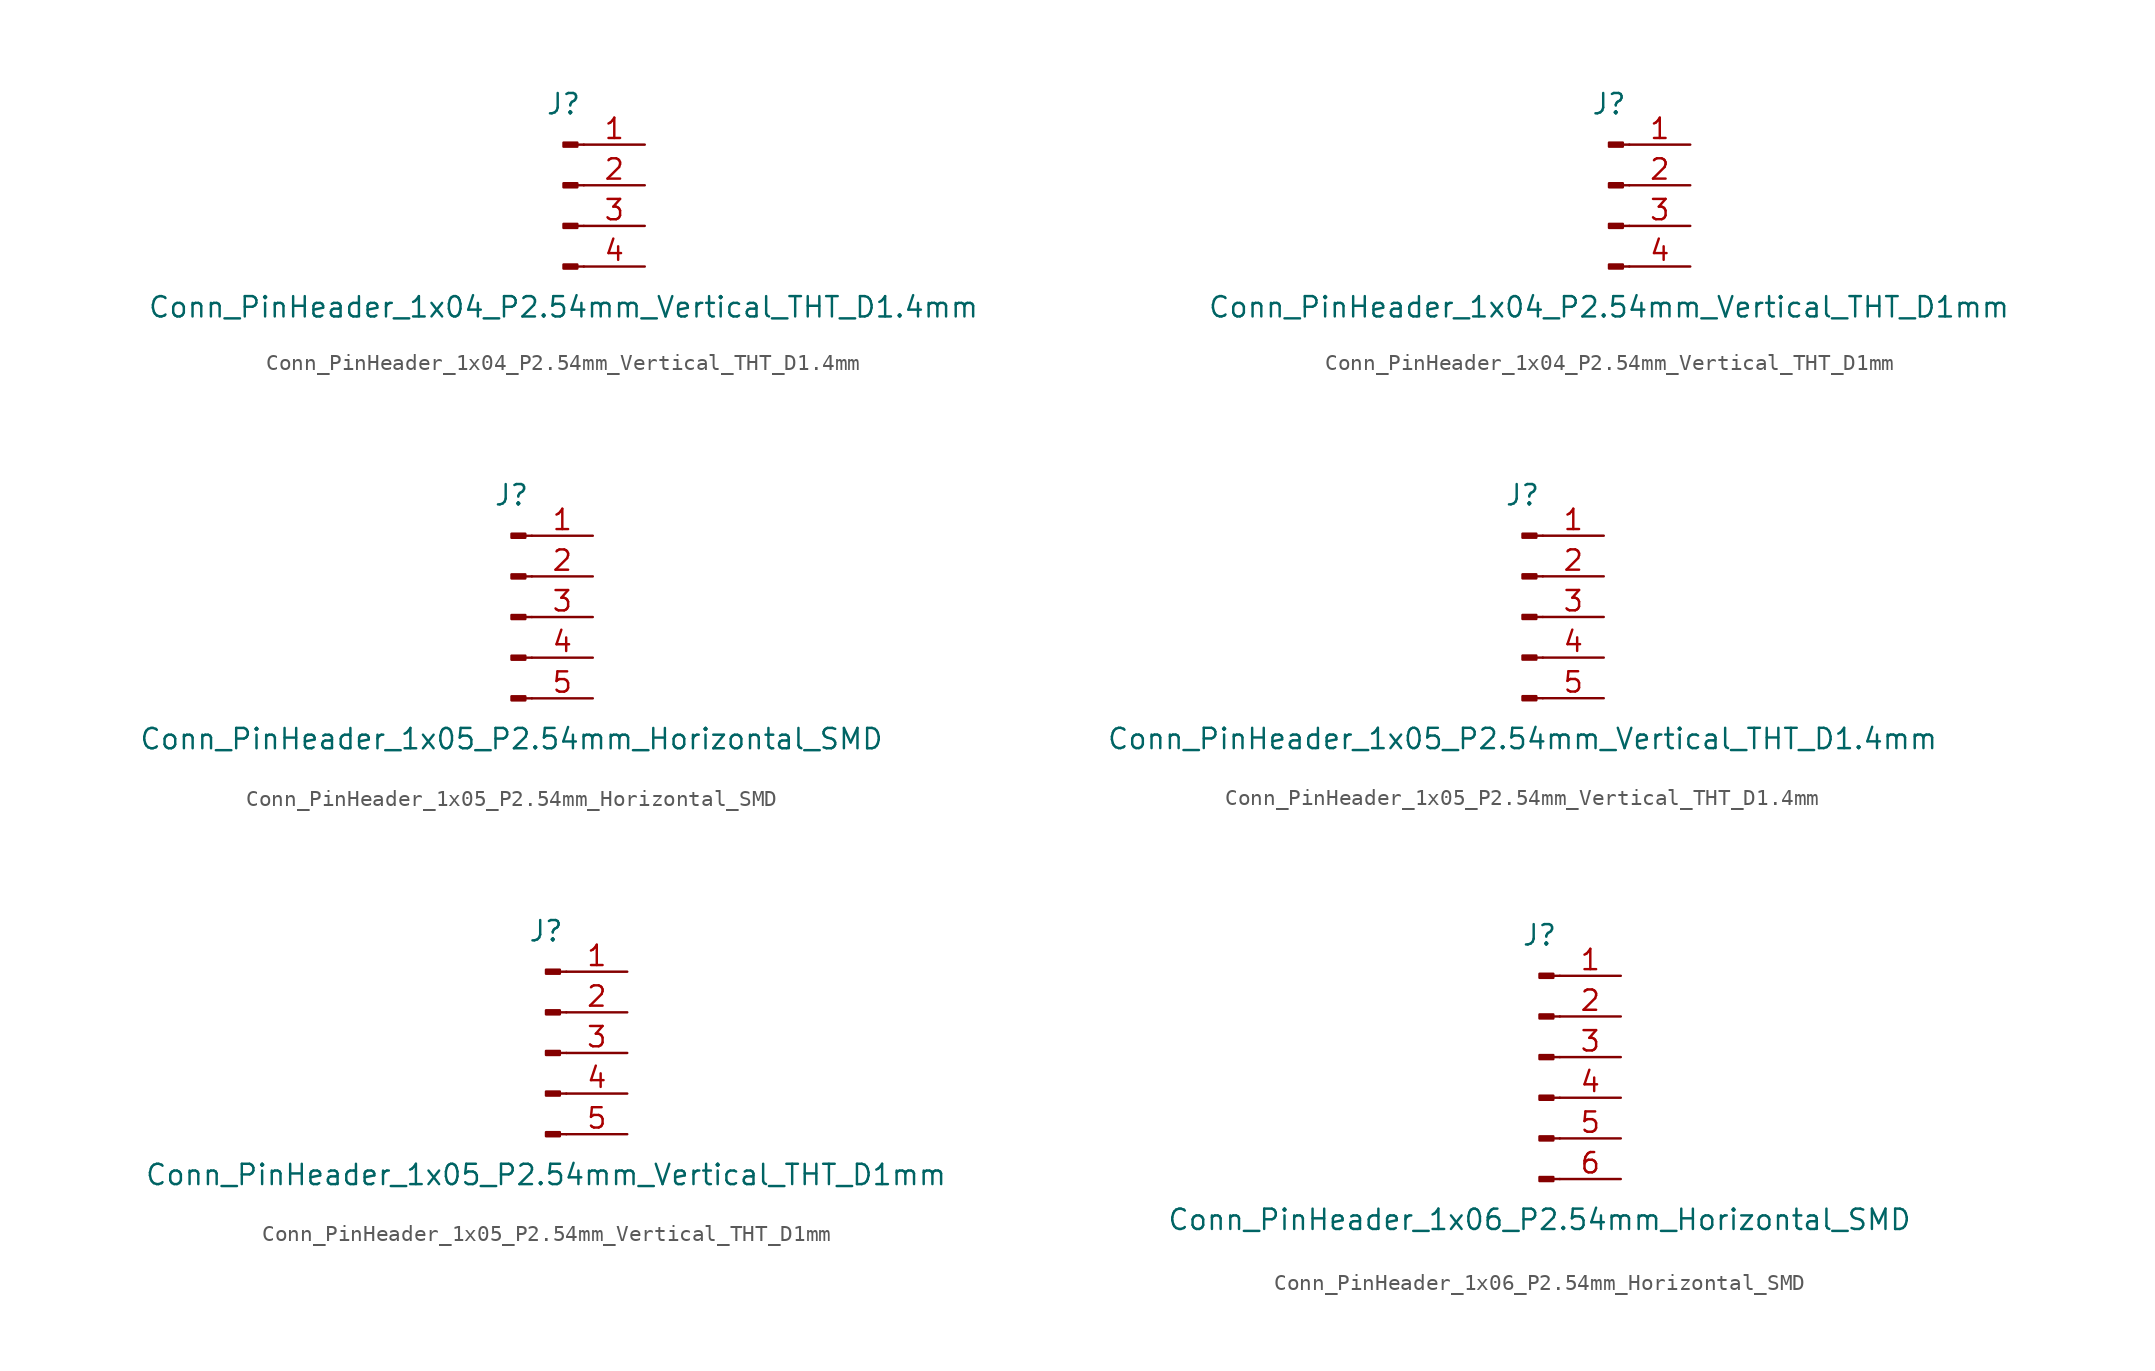
<source format=kicad_sym>
(kicad_symbol_lib
  (version 20211014)
  (generator kicad_symbol_editor)
  (symbol "Conn_PinHeader_1x04_P2.54mm_Vertical_THT_D1.4mm"
    (pin_names
      (offset 1.016) hide)
    (property "Reference" "J"
      (at 0 5.08 0)
      (effects (font (size 1.27 1.27))))
    (property "Value" "Conn_PinHeader_1x04_P2.54mm_Vertical_THT_D1.4mm"
      (at 0 -7.62 0)
      (effects (font (size 1.27 1.27))))
    (symbol "Conn_PinHeader_1x04_P2.54mm_Vertical_THT_D1.4mm_1_1"
      (polyline (pts (xy 1.27 -5.08) (xy 0.864 -5.08)) (stroke (width 0.152) (type default) (color 0 0 0 0)) (fill (type none)))
      (polyline (pts (xy 1.27 -2.54) (xy 0.864 -2.54)) (stroke (width 0.152) (type default) (color 0 0 0 0)) (fill (type none)))
      (polyline (pts (xy 1.27 0) (xy 0.864 0)) (stroke (width 0.152) (type default) (color 0 0 0 0)) (fill (type none)))
      (polyline (pts (xy 1.27 2.54) (xy 0.864 2.54)) (stroke (width 0.152) (type default) (color 0 0 0 0)) (fill (type none)))
      (rectangle (start 0.864 -4.953) (end 0 -5.207) (stroke (width 0.152) (type default) (color 0 0 0 0)) (fill (type outline)))
      (rectangle (start 0.864 -2.413) (end 0 -2.667) (stroke (width 0.152) (type default) (color 0 0 0 0)) (fill (type outline)))
      (rectangle (start 0.864 0.127) (end 0 -0.127) (stroke (width 0.152) (type default) (color 0 0 0 0)) (fill (type outline)))
      (rectangle (start 0.864 2.667) (end 0 2.413) (stroke (width 0.152) (type default) (color 0 0 0 0)) (fill (type outline)))
      (pin passive line (at 5.08 2.54 180) (length 3.81) (name "Pin_1" (effects (font (size 1.27 1.27)))) (number "1" (effects (font (size 1.27 1.27)))))
      (pin passive line (at 5.08 0 180) (length 3.81) (name "Pin_2" (effects (font (size 1.27 1.27)))) (number "2" (effects (font (size 1.27 1.27)))))
      (pin passive line (at 5.08 -2.54 180) (length 3.81) (name "Pin_3" (effects (font (size 1.27 1.27)))) (number "3" (effects (font (size 1.27 1.27)))))
      (pin passive line (at 5.08 -5.08 180) (length 3.81) (name "Pin_4" (effects (font (size 1.27 1.27)))) (number "4" (effects (font (size 1.27 1.27)))))))
  (symbol "Conn_PinHeader_1x04_P2.54mm_Vertical_THT_D1mm"
    (pin_names
      (offset 1.016) hide)
    (property "Reference" "J"
      (at 0 5.08 0)
      (effects (font (size 1.27 1.27))))
    (property "Value" "Conn_PinHeader_1x04_P2.54mm_Vertical_THT_D1mm"
      (at 0 -7.62 0)
      (effects (font (size 1.27 1.27))))
    (symbol "Conn_PinHeader_1x04_P2.54mm_Vertical_THT_D1mm_1_1"
      (polyline (pts (xy 1.27 -5.08) (xy 0.864 -5.08)) (stroke (width 0.152) (type default) (color 0 0 0 0)) (fill (type none)))
      (polyline (pts (xy 1.27 -2.54) (xy 0.864 -2.54)) (stroke (width 0.152) (type default) (color 0 0 0 0)) (fill (type none)))
      (polyline (pts (xy 1.27 0) (xy 0.864 0)) (stroke (width 0.152) (type default) (color 0 0 0 0)) (fill (type none)))
      (polyline (pts (xy 1.27 2.54) (xy 0.864 2.54)) (stroke (width 0.152) (type default) (color 0 0 0 0)) (fill (type none)))
      (rectangle (start 0.864 -4.953) (end 0 -5.207) (stroke (width 0.152) (type default) (color 0 0 0 0)) (fill (type outline)))
      (rectangle (start 0.864 -2.413) (end 0 -2.667) (stroke (width 0.152) (type default) (color 0 0 0 0)) (fill (type outline)))
      (rectangle (start 0.864 0.127) (end 0 -0.127) (stroke (width 0.152) (type default) (color 0 0 0 0)) (fill (type outline)))
      (rectangle (start 0.864 2.667) (end 0 2.413) (stroke (width 0.152) (type default) (color 0 0 0 0)) (fill (type outline)))
      (pin passive line (at 5.08 2.54 180) (length 3.81) (name "Pin_1" (effects (font (size 1.27 1.27)))) (number "1" (effects (font (size 1.27 1.27)))))
      (pin passive line (at 5.08 0 180) (length 3.81) (name "Pin_2" (effects (font (size 1.27 1.27)))) (number "2" (effects (font (size 1.27 1.27)))))
      (pin passive line (at 5.08 -2.54 180) (length 3.81) (name "Pin_3" (effects (font (size 1.27 1.27)))) (number "3" (effects (font (size 1.27 1.27)))))
      (pin passive line (at 5.08 -5.08 180) (length 3.81) (name "Pin_4" (effects (font (size 1.27 1.27)))) (number "4" (effects (font (size 1.27 1.27)))))))
  (symbol "Conn_PinHeader_1x05_P2.54mm_Horizontal_SMD"
    (pin_names
      (offset 1.016) hide)
    (property "Reference" "J"
      (at 0 7.62 0)
      (effects (font (size 1.27 1.27))))
    (property "Value" "Conn_PinHeader_1x05_P2.54mm_Horizontal_SMD"
      (at 0 -7.62 0)
      (effects (font (size 1.27 1.27))))
    (symbol "Conn_PinHeader_1x05_P2.54mm_Horizontal_SMD_1_1"
      (polyline (pts (xy 1.27 -5.08) (xy 0.864 -5.08)) (stroke (width 0.152) (type default) (color 0 0 0 0)) (fill (type none)))
      (polyline (pts (xy 1.27 -2.54) (xy 0.864 -2.54)) (stroke (width 0.152) (type default) (color 0 0 0 0)) (fill (type none)))
      (polyline (pts (xy 1.27 0) (xy 0.864 0)) (stroke (width 0.152) (type default) (color 0 0 0 0)) (fill (type none)))
      (polyline (pts (xy 1.27 2.54) (xy 0.864 2.54)) (stroke (width 0.152) (type default) (color 0 0 0 0)) (fill (type none)))
      (polyline (pts (xy 1.27 5.08) (xy 0.864 5.08)) (stroke (width 0.152) (type default) (color 0 0 0 0)) (fill (type none)))
      (rectangle (start 0.864 -4.953) (end 0 -5.207) (stroke (width 0.152) (type default) (color 0 0 0 0)) (fill (type outline)))
      (rectangle (start 0.864 -2.413) (end 0 -2.667) (stroke (width 0.152) (type default) (color 0 0 0 0)) (fill (type outline)))
      (rectangle (start 0.864 0.127) (end 0 -0.127) (stroke (width 0.152) (type default) (color 0 0 0 0)) (fill (type outline)))
      (rectangle (start 0.864 2.667) (end 0 2.413) (stroke (width 0.152) (type default) (color 0 0 0 0)) (fill (type outline)))
      (rectangle (start 0.864 5.207) (end 0 4.953) (stroke (width 0.152) (type default) (color 0 0 0 0)) (fill (type outline)))
      (pin passive line (at 5.08 5.08 180) (length 3.81) (name "Pin_1" (effects (font (size 1.27 1.27)))) (number "1" (effects (font (size 1.27 1.27)))))
      (pin passive line (at 5.08 2.54 180) (length 3.81) (name "Pin_2" (effects (font (size 1.27 1.27)))) (number "2" (effects (font (size 1.27 1.27)))))
      (pin passive line (at 5.08 0 180) (length 3.81) (name "Pin_3" (effects (font (size 1.27 1.27)))) (number "3" (effects (font (size 1.27 1.27)))))
      (pin passive line (at 5.08 -2.54 180) (length 3.81) (name "Pin_4" (effects (font (size 1.27 1.27)))) (number "4" (effects (font (size 1.27 1.27)))))
      (pin passive line (at 5.08 -5.08 180) (length 3.81) (name "Pin_5" (effects (font (size 1.27 1.27)))) (number "5" (effects (font (size 1.27 1.27)))))))
  (symbol "Conn_PinHeader_1x05_P2.54mm_Vertical_THT_D1.4mm"
    (pin_names
      (offset 1.016) hide)
    (property "Reference" "J"
      (at 0 7.62 0)
      (effects (font (size 1.27 1.27))))
    (property "Value" "Conn_PinHeader_1x05_P2.54mm_Vertical_THT_D1.4mm"
      (at 0 -7.62 0)
      (effects (font (size 1.27 1.27))))
    (symbol "Conn_PinHeader_1x05_P2.54mm_Vertical_THT_D1.4mm_1_1"
      (polyline (pts (xy 1.27 -5.08) (xy 0.864 -5.08)) (stroke (width 0.152) (type default) (color 0 0 0 0)) (fill (type none)))
      (polyline (pts (xy 1.27 -2.54) (xy 0.864 -2.54)) (stroke (width 0.152) (type default) (color 0 0 0 0)) (fill (type none)))
      (polyline (pts (xy 1.27 0) (xy 0.864 0)) (stroke (width 0.152) (type default) (color 0 0 0 0)) (fill (type none)))
      (polyline (pts (xy 1.27 2.54) (xy 0.864 2.54)) (stroke (width 0.152) (type default) (color 0 0 0 0)) (fill (type none)))
      (polyline (pts (xy 1.27 5.08) (xy 0.864 5.08)) (stroke (width 0.152) (type default) (color 0 0 0 0)) (fill (type none)))
      (rectangle (start 0.864 -4.953) (end 0 -5.207) (stroke (width 0.152) (type default) (color 0 0 0 0)) (fill (type outline)))
      (rectangle (start 0.864 -2.413) (end 0 -2.667) (stroke (width 0.152) (type default) (color 0 0 0 0)) (fill (type outline)))
      (rectangle (start 0.864 0.127) (end 0 -0.127) (stroke (width 0.152) (type default) (color 0 0 0 0)) (fill (type outline)))
      (rectangle (start 0.864 2.667) (end 0 2.413) (stroke (width 0.152) (type default) (color 0 0 0 0)) (fill (type outline)))
      (rectangle (start 0.864 5.207) (end 0 4.953) (stroke (width 0.152) (type default) (color 0 0 0 0)) (fill (type outline)))
      (pin passive line (at 5.08 5.08 180) (length 3.81) (name "Pin_1" (effects (font (size 1.27 1.27)))) (number "1" (effects (font (size 1.27 1.27)))))
      (pin passive line (at 5.08 2.54 180) (length 3.81) (name "Pin_2" (effects (font (size 1.27 1.27)))) (number "2" (effects (font (size 1.27 1.27)))))
      (pin passive line (at 5.08 0 180) (length 3.81) (name "Pin_3" (effects (font (size 1.27 1.27)))) (number "3" (effects (font (size 1.27 1.27)))))
      (pin passive line (at 5.08 -2.54 180) (length 3.81) (name "Pin_4" (effects (font (size 1.27 1.27)))) (number "4" (effects (font (size 1.27 1.27)))))
      (pin passive line (at 5.08 -5.08 180) (length 3.81) (name "Pin_5" (effects (font (size 1.27 1.27)))) (number "5" (effects (font (size 1.27 1.27)))))))
  (symbol "Conn_PinHeader_1x05_P2.54mm_Vertical_THT_D1mm"
    (pin_names
      (offset 1.016) hide)
    (property "Reference" "J"
      (at 0 7.62 0)
      (effects (font (size 1.27 1.27))))
    (property "Value" "Conn_PinHeader_1x05_P2.54mm_Vertical_THT_D1mm"
      (at 0 -7.62 0)
      (effects (font (size 1.27 1.27))))
    (symbol "Conn_PinHeader_1x05_P2.54mm_Vertical_THT_D1mm_1_1"
      (polyline (pts (xy 1.27 -5.08) (xy 0.864 -5.08)) (stroke (width 0.152) (type default) (color 0 0 0 0)) (fill (type none)))
      (polyline (pts (xy 1.27 -2.54) (xy 0.864 -2.54)) (stroke (width 0.152) (type default) (color 0 0 0 0)) (fill (type none)))
      (polyline (pts (xy 1.27 0) (xy 0.864 0)) (stroke (width 0.152) (type default) (color 0 0 0 0)) (fill (type none)))
      (polyline (pts (xy 1.27 2.54) (xy 0.864 2.54)) (stroke (width 0.152) (type default) (color 0 0 0 0)) (fill (type none)))
      (polyline (pts (xy 1.27 5.08) (xy 0.864 5.08)) (stroke (width 0.152) (type default) (color 0 0 0 0)) (fill (type none)))
      (rectangle (start 0.864 -4.953) (end 0 -5.207) (stroke (width 0.152) (type default) (color 0 0 0 0)) (fill (type outline)))
      (rectangle (start 0.864 -2.413) (end 0 -2.667) (stroke (width 0.152) (type default) (color 0 0 0 0)) (fill (type outline)))
      (rectangle (start 0.864 0.127) (end 0 -0.127) (stroke (width 0.152) (type default) (color 0 0 0 0)) (fill (type outline)))
      (rectangle (start 0.864 2.667) (end 0 2.413) (stroke (width 0.152) (type default) (color 0 0 0 0)) (fill (type outline)))
      (rectangle (start 0.864 5.207) (end 0 4.953) (stroke (width 0.152) (type default) (color 0 0 0 0)) (fill (type outline)))
      (pin passive line (at 5.08 5.08 180) (length 3.81) (name "Pin_1" (effects (font (size 1.27 1.27)))) (number "1" (effects (font (size 1.27 1.27)))))
      (pin passive line (at 5.08 2.54 180) (length 3.81) (name "Pin_2" (effects (font (size 1.27 1.27)))) (number "2" (effects (font (size 1.27 1.27)))))
      (pin passive line (at 5.08 0 180) (length 3.81) (name "Pin_3" (effects (font (size 1.27 1.27)))) (number "3" (effects (font (size 1.27 1.27)))))
      (pin passive line (at 5.08 -2.54 180) (length 3.81) (name "Pin_4" (effects (font (size 1.27 1.27)))) (number "4" (effects (font (size 1.27 1.27)))))
      (pin passive line (at 5.08 -5.08 180) (length 3.81) (name "Pin_5" (effects (font (size 1.27 1.27)))) (number "5" (effects (font (size 1.27 1.27)))))))
  (symbol "Conn_PinHeader_1x06_P2.54mm_Horizontal_SMD"
    (pin_names
      (offset 1.016) hide)
    (property "Reference" "J"
      (at 0 7.62 0)
      (effects (font (size 1.27 1.27))))
    (property "Value" "Conn_PinHeader_1x06_P2.54mm_Horizontal_SMD"
      (at 0 -10.16 0)
      (effects (font (size 1.27 1.27))))
    (symbol "Conn_PinHeader_1x06_P2.54mm_Horizontal_SMD_1_1"
      (polyline (pts (xy 1.27 -7.62) (xy 0.864 -7.62)) (stroke (width 0.152) (type default) (color 0 0 0 0)) (fill (type none)))
      (polyline (pts (xy 1.27 -5.08) (xy 0.864 -5.08)) (stroke (width 0.152) (type default) (color 0 0 0 0)) (fill (type none)))
      (polyline (pts (xy 1.27 -2.54) (xy 0.864 -2.54)) (stroke (width 0.152) (type default) (color 0 0 0 0)) (fill (type none)))
      (polyline (pts (xy 1.27 0) (xy 0.864 0)) (stroke (width 0.152) (type default) (color 0 0 0 0)) (fill (type none)))
      (polyline (pts (xy 1.27 2.54) (xy 0.864 2.54)) (stroke (width 0.152) (type default) (color 0 0 0 0)) (fill (type none)))
      (polyline (pts (xy 1.27 5.08) (xy 0.864 5.08)) (stroke (width 0.152) (type default) (color 0 0 0 0)) (fill (type none)))
      (rectangle (start 0.864 -7.493) (end 0 -7.747) (stroke (width 0.152) (type default) (color 0 0 0 0)) (fill (type outline)))
      (rectangle (start 0.864 -4.953) (end 0 -5.207) (stroke (width 0.152) (type default) (color 0 0 0 0)) (fill (type outline)))
      (rectangle (start 0.864 -2.413) (end 0 -2.667) (stroke (width 0.152) (type default) (color 0 0 0 0)) (fill (type outline)))
      (rectangle (start 0.864 0.127) (end 0 -0.127) (stroke (width 0.152) (type default) (color 0 0 0 0)) (fill (type outline)))
      (rectangle (start 0.864 2.667) (end 0 2.413) (stroke (width 0.152) (type default) (color 0 0 0 0)) (fill (type outline)))
      (rectangle (start 0.864 5.207) (end 0 4.953) (stroke (width 0.152) (type default) (color 0 0 0 0)) (fill (type outline)))
      (pin passive line (at 5.08 5.08 180) (length 3.81) (name "Pin_1" (effects (font (size 1.27 1.27)))) (number "1" (effects (font (size 1.27 1.27)))))
      (pin passive line (at 5.08 2.54 180) (length 3.81) (name "Pin_2" (effects (font (size 1.27 1.27)))) (number "2" (effects (font (size 1.27 1.27)))))
      (pin passive line (at 5.08 0 180) (length 3.81) (name "Pin_3" (effects (font (size 1.27 1.27)))) (number "3" (effects (font (size 1.27 1.27)))))
      (pin passive line (at 5.08 -2.54 180) (length 3.81) (name "Pin_4" (effects (font (size 1.27 1.27)))) (number "4" (effects (font (size 1.27 1.27)))))
      (pin passive line (at 5.08 -5.08 180) (length 3.81) (name "Pin_5" (effects (font (size 1.27 1.27)))) (number "5" (effects (font (size 1.27 1.27)))))
      (pin passive line (at 5.08 -7.62 180) (length 3.81) (name "Pin_6" (effects (font (size 1.27 1.27)))) (number "6" (effects (font (size 1.27 1.27))))))))
</source>
